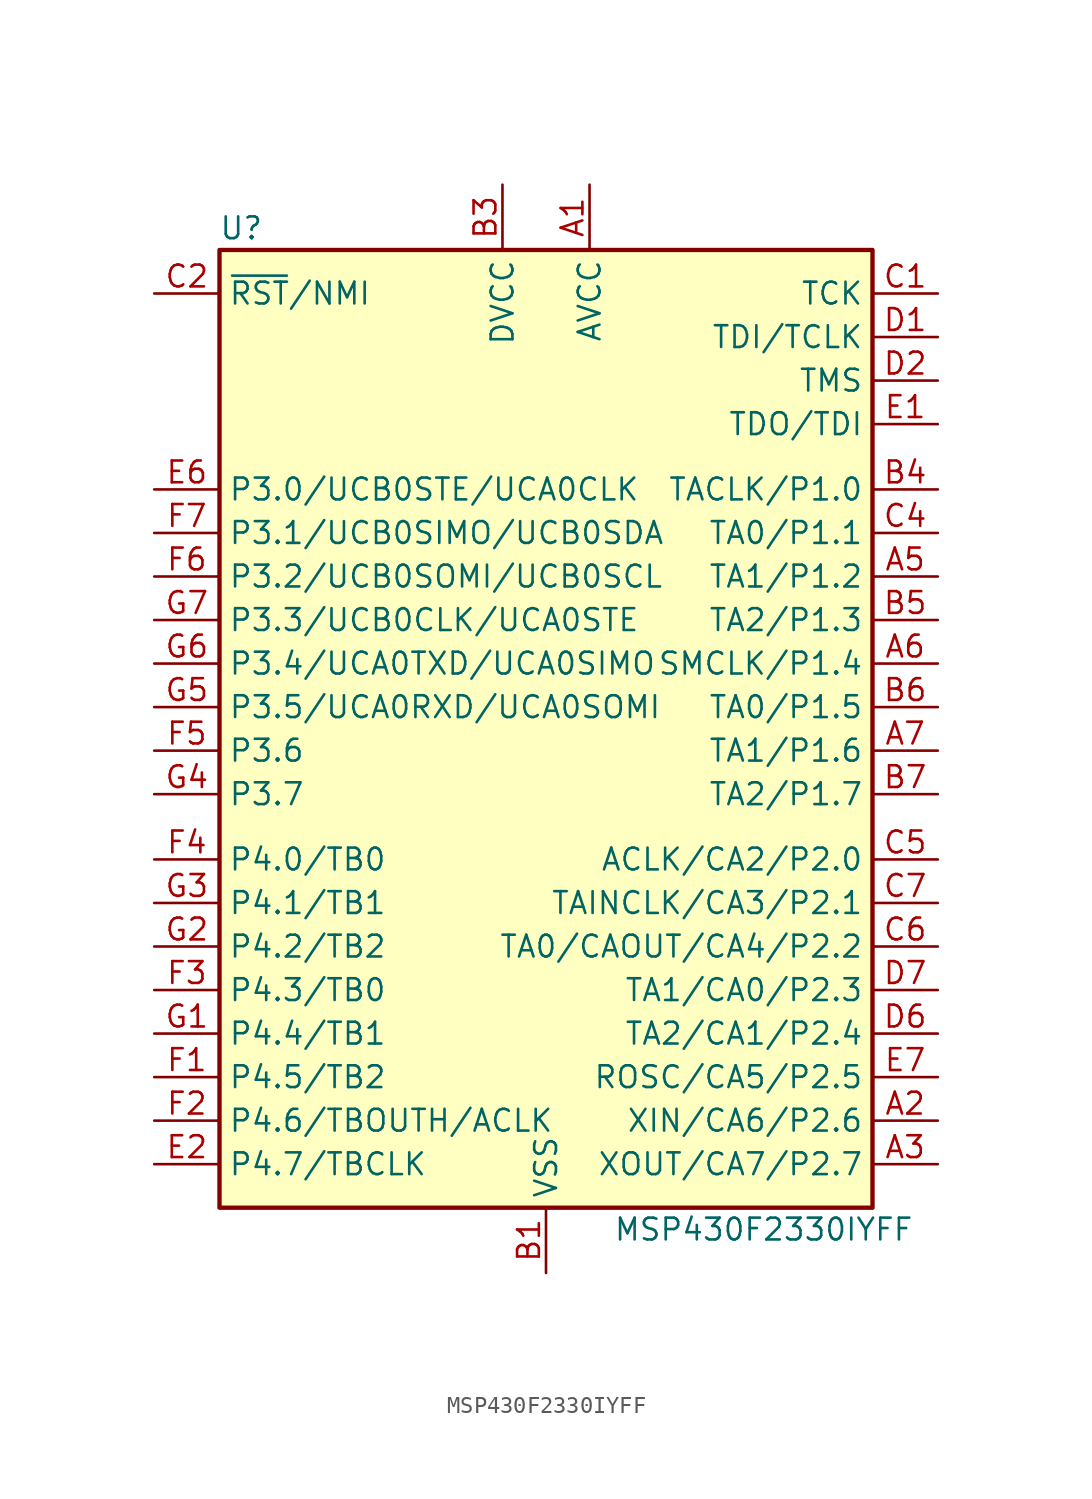
<source format=kicad_sym>
(kicad_symbol_lib
  (version 20231120)
  (generator "kicad_symbol_editor")
  (generator_version "8.0")
  (symbol "MSP430F2330IYFF"
    (property "Reference" "U"
      (at -17.78 29.21 0)
      (effects (font (size 1.27 1.27))))
    (property "Value" "MSP430F2330IYFF"
      (at 12.7 -29.21 0)
      (effects (font (size 1.27 1.27))))
    (symbol "MSP430F2330IYFF_0_1"
      (rectangle (start -19.05 27.94) (end 19.05 -27.94) (stroke (width 0.254) (type default)) (fill (type background))))
    (symbol "MSP430F2330IYFF_1_1"
      (pin power_in line (at 2.54 31.75 270) (length 3.81) (name "AVCC" (effects (font (size 1.27 1.27)))) (number "A1" (effects (font (size 1.27 1.27)))))
      (pin bidirectional line (at 22.86 -22.86 180) (length 3.81) (name "XIN/CA6/P2.6" (effects (font (size 1.27 1.27)))) (number "A2" (effects (font (size 1.27 1.27)))))
      (pin bidirectional line (at 22.86 -25.4 180) (length 3.81) (name "XOUT/CA7/P2.7" (effects (font (size 1.27 1.27)))) (number "A3" (effects (font (size 1.27 1.27)))))
      (pin bidirectional line (at 22.86 8.89 180) (length 3.81) (name "TA1/P1.2" (effects (font (size 1.27 1.27)))) (number "A5" (effects (font (size 1.27 1.27)))))
      (pin bidirectional line (at 22.86 3.81 180) (length 3.81) (name "SMCLK/P1.4" (effects (font (size 1.27 1.27)))) (number "A6" (effects (font (size 1.27 1.27)))))
      (pin bidirectional line (at 22.86 -1.27 180) (length 3.81) (name "TA1/P1.6" (effects (font (size 1.27 1.27)))) (number "A7" (effects (font (size 1.27 1.27)))))
      (pin power_in line (at 0 -31.75 90) (length 3.81) (name "VSS" (effects (font (size 1.27 1.27)))) (number "B1" (effects (font (size 1.27 1.27)))))
      (pin power_in line (at -2.54 31.75 270) (length 3.81) (name "DVCC" (effects (font (size 1.27 1.27)))) (number "B3" (effects (font (size 1.27 1.27)))))
      (pin bidirectional line (at 22.86 13.97 180) (length 3.81) (name "TACLK/P1.0" (effects (font (size 1.27 1.27)))) (number "B4" (effects (font (size 1.27 1.27)))))
      (pin bidirectional line (at 22.86 6.35 180) (length 3.81) (name "TA2/P1.3" (effects (font (size 1.27 1.27)))) (number "B5" (effects (font (size 1.27 1.27)))))
      (pin bidirectional line (at 22.86 1.27 180) (length 3.81) (name "TA0/P1.5" (effects (font (size 1.27 1.27)))) (number "B6" (effects (font (size 1.27 1.27)))))
      (pin bidirectional line (at 22.86 -3.81 180) (length 3.81) (name "TA2/P1.7" (effects (font (size 1.27 1.27)))) (number "B7" (effects (font (size 1.27 1.27)))))
      (pin input line (at 22.86 25.4 180) (length 3.81) (name "TCK" (effects (font (size 1.27 1.27)))) (number "C1" (effects (font (size 1.27 1.27)))))
      (pin input line (at -22.86 25.4 0) (length 3.81) (name "~{RST}/NMI" (effects (font (size 1.27 1.27)))) (number "C2" (effects (font (size 1.27 1.27)))))
      (pin bidirectional line (at 22.86 11.43 180) (length 3.81) (name "TA0/P1.1" (effects (font (size 1.27 1.27)))) (number "C4" (effects (font (size 1.27 1.27)))))
      (pin bidirectional line (at 22.86 -7.62 180) (length 3.81) (name "ACLK/CA2/P2.0" (effects (font (size 1.27 1.27)))) (number "C5" (effects (font (size 1.27 1.27)))))
      (pin bidirectional line (at 22.86 -12.7 180) (length 3.81) (name "TA0/CAOUT/CA4/P2.2" (effects (font (size 1.27 1.27)))) (number "C6" (effects (font (size 1.27 1.27)))))
      (pin bidirectional line (at 22.86 -10.16 180) (length 3.81) (name "TAINCLK/CA3/P2.1" (effects (font (size 1.27 1.27)))) (number "C7" (effects (font (size 1.27 1.27)))))
      (pin input line (at 22.86 22.86 180) (length 3.81) (name "TDI/TCLK" (effects (font (size 1.27 1.27)))) (number "D1" (effects (font (size 1.27 1.27)))))
      (pin input line (at 22.86 20.32 180) (length 3.81) (name "TMS" (effects (font (size 1.27 1.27)))) (number "D2" (effects (font (size 1.27 1.27)))))
      (pin bidirectional line (at 22.86 -17.78 180) (length 3.81) (name "TA2/CA1/P2.4" (effects (font (size 1.27 1.27)))) (number "D6" (effects (font (size 1.27 1.27)))))
      (pin bidirectional line (at 22.86 -15.24 180) (length 3.81) (name "TA1/CA0/P2.3" (effects (font (size 1.27 1.27)))) (number "D7" (effects (font (size 1.27 1.27)))))
      (pin bidirectional line (at 22.86 17.78 180) (length 3.81) (name "TDO/TDI" (effects (font (size 1.27 1.27)))) (number "E1" (effects (font (size 1.27 1.27)))))
      (pin bidirectional line (at -22.86 -25.4 0) (length 3.81) (name "P4.7/TBCLK" (effects (font (size 1.27 1.27)))) (number "E2" (effects (font (size 1.27 1.27)))))
      (pin bidirectional line (at -22.86 13.97 0) (length 3.81) (name "P3.0/UCB0STE/UCA0CLK" (effects (font (size 1.27 1.27)))) (number "E6" (effects (font (size 1.27 1.27)))))
      (pin bidirectional line (at 22.86 -20.32 180) (length 3.81) (name "ROSC/CA5/P2.5" (effects (font (size 1.27 1.27)))) (number "E7" (effects (font (size 1.27 1.27)))))
      (pin bidirectional line (at -22.86 -20.32 0) (length 3.81) (name "P4.5/TB2" (effects (font (size 1.27 1.27)))) (number "F1" (effects (font (size 1.27 1.27)))))
      (pin bidirectional line (at -22.86 -22.86 0) (length 3.81) (name "P4.6/TBOUTH/ACLK" (effects (font (size 1.27 1.27)))) (number "F2" (effects (font (size 1.27 1.27)))))
      (pin bidirectional line (at -22.86 -15.24 0) (length 3.81) (name "P4.3/TB0" (effects (font (size 1.27 1.27)))) (number "F3" (effects (font (size 1.27 1.27)))))
      (pin bidirectional line (at -22.86 -7.62 0) (length 3.81) (name "P4.0/TB0" (effects (font (size 1.27 1.27)))) (number "F4" (effects (font (size 1.27 1.27)))))
      (pin bidirectional line (at -22.86 -1.27 0) (length 3.81) (name "P3.6" (effects (font (size 1.27 1.27)))) (number "F5" (effects (font (size 1.27 1.27)))))
      (pin bidirectional line (at -22.86 8.89 0) (length 3.81) (name "P3.2/UCB0SOMI/UCB0SCL" (effects (font (size 1.27 1.27)))) (number "F6" (effects (font (size 1.27 1.27)))))
      (pin bidirectional line (at -22.86 11.43 0) (length 3.81) (name "P3.1/UCB0SIMO/UCB0SDA" (effects (font (size 1.27 1.27)))) (number "F7" (effects (font (size 1.27 1.27)))))
      (pin bidirectional line (at -22.86 -17.78 0) (length 3.81) (name "P4.4/TB1" (effects (font (size 1.27 1.27)))) (number "G1" (effects (font (size 1.27 1.27)))))
      (pin bidirectional line (at -22.86 -12.7 0) (length 3.81) (name "P4.2/TB2" (effects (font (size 1.27 1.27)))) (number "G2" (effects (font (size 1.27 1.27)))))
      (pin bidirectional line (at -22.86 -10.16 0) (length 3.81) (name "P4.1/TB1" (effects (font (size 1.27 1.27)))) (number "G3" (effects (font (size 1.27 1.27)))))
      (pin bidirectional line (at -22.86 -3.81 0) (length 3.81) (name "P3.7" (effects (font (size 1.27 1.27)))) (number "G4" (effects (font (size 1.27 1.27)))))
      (pin bidirectional line (at -22.86 1.27 0) (length 3.81) (name "P3.5/UCA0RXD/UCA0SOMI" (effects (font (size 1.27 1.27)))) (number "G5" (effects (font (size 1.27 1.27)))))
      (pin bidirectional line (at -22.86 3.81 0) (length 3.81) (name "P3.4/UCA0TXD/UCA0SIMO" (effects (font (size 1.27 1.27)))) (number "G6" (effects (font (size 1.27 1.27)))))
      (pin bidirectional line (at -22.86 6.35 0) (length 3.81) (name "P3.3/UCB0CLK/UCA0STE" (effects (font (size 1.27 1.27)))) (number "G7" (effects (font (size 1.27 1.27))))))))
</source>
